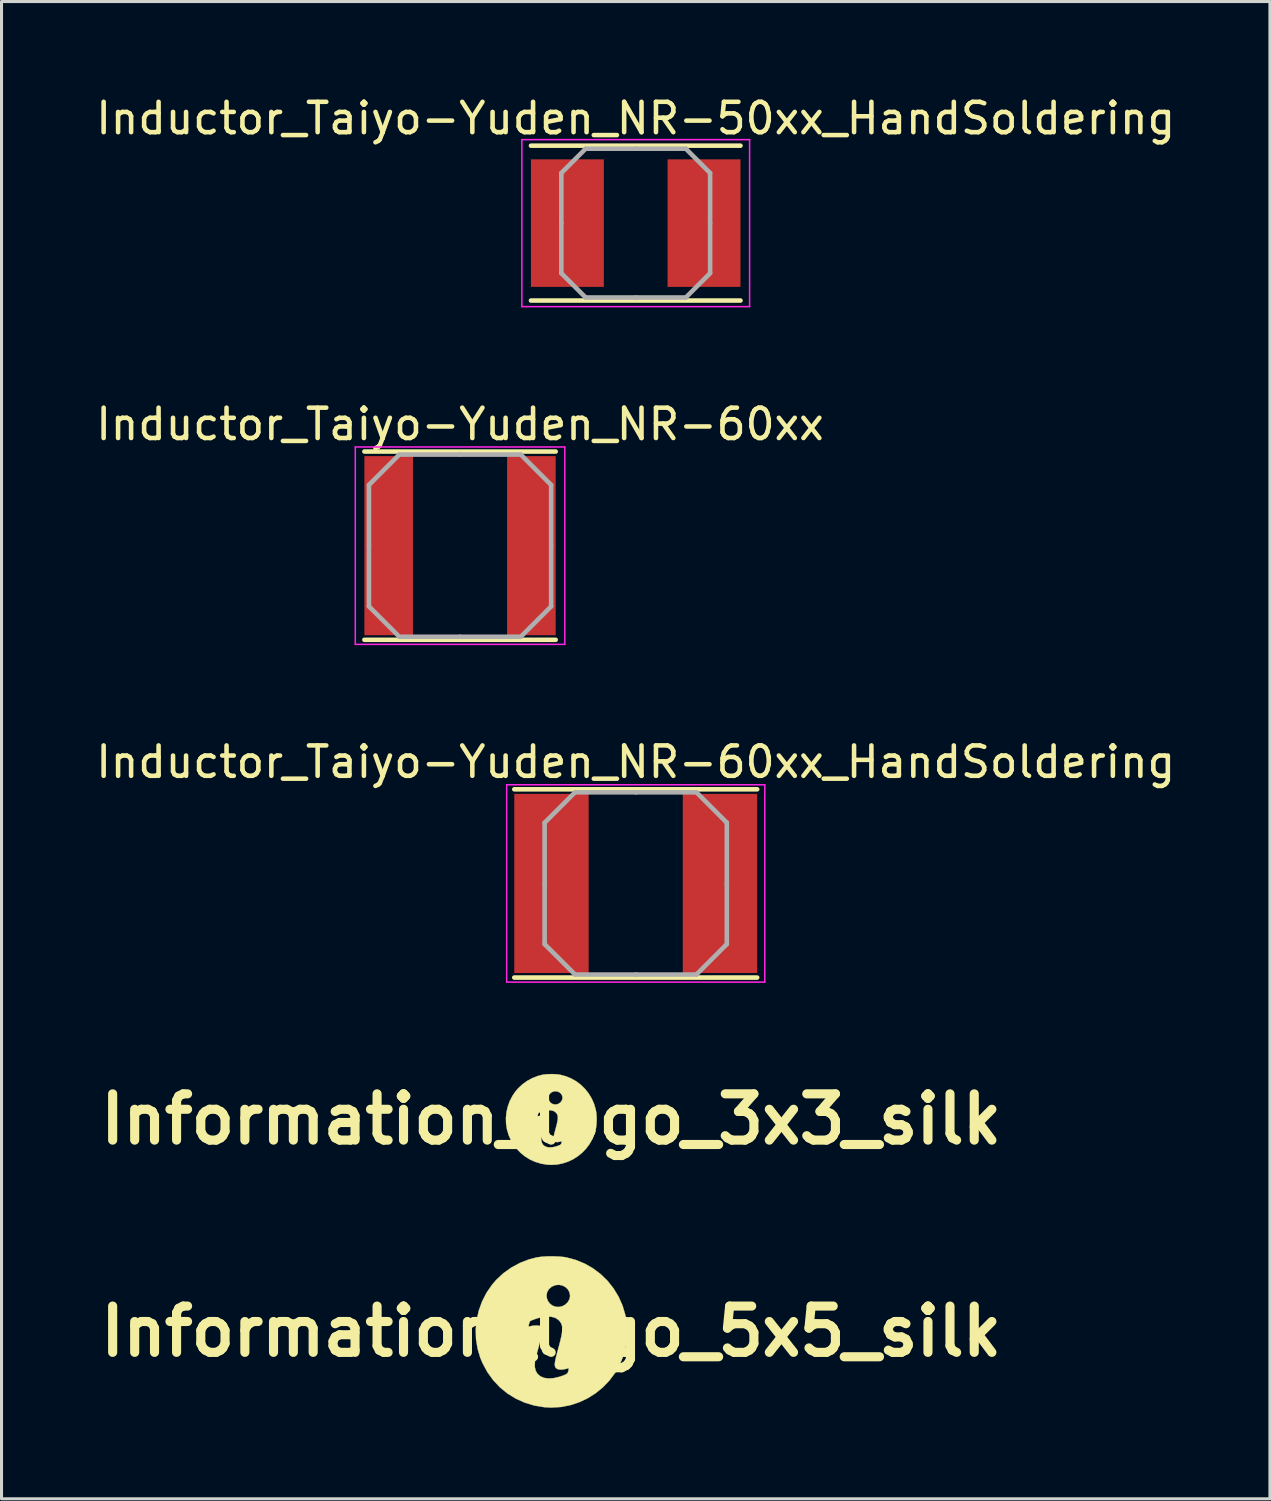
<source format=kicad_pcb>
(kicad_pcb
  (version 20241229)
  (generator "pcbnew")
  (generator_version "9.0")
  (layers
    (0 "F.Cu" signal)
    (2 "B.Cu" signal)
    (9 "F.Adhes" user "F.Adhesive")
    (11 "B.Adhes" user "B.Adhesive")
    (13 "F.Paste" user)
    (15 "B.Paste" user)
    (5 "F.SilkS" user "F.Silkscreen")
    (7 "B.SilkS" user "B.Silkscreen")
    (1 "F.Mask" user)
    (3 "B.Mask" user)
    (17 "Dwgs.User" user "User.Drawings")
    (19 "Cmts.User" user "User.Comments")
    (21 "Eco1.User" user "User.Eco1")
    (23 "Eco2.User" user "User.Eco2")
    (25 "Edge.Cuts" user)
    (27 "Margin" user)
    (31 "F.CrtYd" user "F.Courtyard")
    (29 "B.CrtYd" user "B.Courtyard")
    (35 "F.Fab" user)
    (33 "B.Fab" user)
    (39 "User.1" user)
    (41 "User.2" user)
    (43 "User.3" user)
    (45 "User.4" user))
  (footprint "Inductor_Taiyo-Yuden_NR-60xx_HandSoldering"
    (layer "F.Cu")
    (at 17.887 26.045)
    (property "Reference" "Inductor_Taiyo-Yuden_NR-60xx_HandSoldering" (at 0 -4 0) (layer "F.SilkS") (effects (font (size 1 1) (thickness 0.15))))
    (attr smd)
    (fp_line (start -4 -3.1) (end 4 -3.1) (stroke (width 0.15) (type solid)) (layer "F.SilkS"))
    (fp_line (start -4 3.1) (end 4 3.1) (stroke (width 0.15) (type solid)) (layer "F.SilkS"))
    (fp_line (start -4.25 -3.25) (end -4.25 3.25) (stroke (width 0.05) (type solid)) (layer "F.CrtYd"))
    (fp_line (start -4.25 3.25) (end 4.25 3.25) (stroke (width 0.05) (type solid)) (layer "F.CrtYd"))
    (fp_line (start 4.25 -3.25) (end -4.25 -3.25) (stroke (width 0.05) (type solid)) (layer "F.CrtYd"))
    (fp_line (start 4.25 3.25) (end 4.25 -3.25) (stroke (width 0.05) (type solid)) (layer "F.CrtYd"))
    (fp_line (start -3 -2) (end -2 -3) (stroke (width 0.15) (type solid)) (layer "F.Fab"))
    (fp_line (start -3 0) (end -3 -2) (stroke (width 0.15) (type solid)) (layer "F.Fab"))
    (fp_line (start -3 0) (end -3 2) (stroke (width 0.15) (type solid)) (layer "F.Fab"))
    (fp_line (start -3 2) (end -2 3) (stroke (width 0.15) (type solid)) (layer "F.Fab"))
    (fp_line (start -2 -3) (end 0 -3) (stroke (width 0.15) (type solid)) (layer "F.Fab"))
    (fp_line (start -2 3) (end 0 3) (stroke (width 0.15) (type solid)) (layer "F.Fab"))
    (fp_line (start 2 -3) (end 0 -3) (stroke (width 0.15) (type solid)) (layer "F.Fab"))
    (fp_line (start 2 3) (end 0 3) (stroke (width 0.15) (type solid)) (layer "F.Fab"))
    (fp_line (start 3 -2) (end 2 -3) (stroke (width 0.15) (type solid)) (layer "F.Fab"))
    (fp_line (start 3 0) (end 3 -2) (stroke (width 0.15) (type solid)) (layer "F.Fab"))
    (fp_line (start 3 0) (end 3 2) (stroke (width 0.15) (type solid)) (layer "F.Fab"))
    (fp_line (start 3 2) (end 2 3) (stroke (width 0.15) (type solid)) (layer "F.Fab"))
    (pad "1" smd rect (at -2.775 0) (size 2.45 5.9) (layers "F.Cu" "F.Mask" "F.Paste"))
    (pad "2" smd rect (at 2.775 0) (size 2.45 5.9) (layers "F.Cu" "F.Mask" "F.Paste")))
  (footprint "Inductor_Taiyo-Yuden_NR-50xx_HandSoldering"
    (layer "F.Cu")
    (at 17.887 4.298)
    (property "Reference" "Inductor_Taiyo-Yuden_NR-50xx_HandSoldering" (at 0 -3.45 0) (layer "F.SilkS") (effects (font (size 1 1) (thickness 0.15))))
    (attr smd)
    (fp_line (start -3.45 -2.55) (end 3.45 -2.55) (stroke (width 0.15) (type solid)) (layer "F.SilkS"))
    (fp_line (start -3.45 2.55) (end 3.45 2.55) (stroke (width 0.15) (type solid)) (layer "F.SilkS"))
    (fp_line (start -3.75 -2.75) (end -3.75 2.75) (stroke (width 0.05) (type solid)) (layer "F.CrtYd"))
    (fp_line (start -3.75 2.75) (end 3.75 2.75) (stroke (width 0.05) (type solid)) (layer "F.CrtYd"))
    (fp_line (start 3.75 -2.75) (end -3.75 -2.75) (stroke (width 0.05) (type solid)) (layer "F.CrtYd"))
    (fp_line (start 3.75 2.75) (end 3.75 -2.75) (stroke (width 0.05) (type solid)) (layer "F.CrtYd"))
    (fp_line (start -2.45 -1.65) (end -1.65 -2.45) (stroke (width 0.15) (type solid)) (layer "F.Fab"))
    (fp_line (start -2.45 0) (end -2.45 -1.65) (stroke (width 0.15) (type solid)) (layer "F.Fab"))
    (fp_line (start -2.45 0) (end -2.45 1.65) (stroke (width 0.15) (type solid)) (layer "F.Fab"))
    (fp_line (start -2.45 1.65) (end -1.65 2.45) (stroke (width 0.15) (type solid)) (layer "F.Fab"))
    (fp_line (start -1.65 -2.45) (end 0 -2.45) (stroke (width 0.15) (type solid)) (layer "F.Fab"))
    (fp_line (start -1.65 2.45) (end 0 2.45) (stroke (width 0.15) (type solid)) (layer "F.Fab"))
    (fp_line (start 1.65 -2.45) (end 0 -2.45) (stroke (width 0.15) (type solid)) (layer "F.Fab"))
    (fp_line (start 1.65 2.45) (end 0 2.45) (stroke (width 0.15) (type solid)) (layer "F.Fab"))
    (fp_line (start 2.45 -1.65) (end 1.65 -2.45) (stroke (width 0.15) (type solid)) (layer "F.Fab"))
    (fp_line (start 2.45 0) (end 2.45 -1.65) (stroke (width 0.15) (type solid)) (layer "F.Fab"))
    (fp_line (start 2.45 0) (end 2.45 1.65) (stroke (width 0.15) (type solid)) (layer "F.Fab"))
    (fp_line (start 2.45 1.65) (end 1.65 2.45) (stroke (width 0.15) (type solid)) (layer "F.Fab"))
    (pad "1" smd rect (at -2.25 0) (size 2.4 4.2) (layers "F.Cu" "F.Mask" "F.Paste"))
    (pad "2" smd rect (at 2.25 0) (size 2.4 4.2) (layers "F.Cu" "F.Mask" "F.Paste")))
  (footprint "Inductor_Taiyo-Yuden_NR-60xx"
    (layer "F.Cu")
    (at 12.101 14.921)
    (property "Reference" "Inductor_Taiyo-Yuden_NR-60xx" (at 0 -4 0) (layer "F.SilkS") (effects (font (size 1 1) (thickness 0.15))))
    (attr smd)
    (fp_line (start -3.15 -3.1) (end 3.15 -3.1) (stroke (width 0.15) (type solid)) (layer "F.SilkS"))
    (fp_line (start -3.15 3.1) (end 3.15 3.1) (stroke (width 0.15) (type solid)) (layer "F.SilkS"))
    (fp_line (start -3.45 -3.25) (end -3.45 3.25) (stroke (width 0.05) (type solid)) (layer "F.CrtYd"))
    (fp_line (start -3.45 3.25) (end 3.45 3.25) (stroke (width 0.05) (type solid)) (layer "F.CrtYd"))
    (fp_line (start 3.45 -3.25) (end -3.45 -3.25) (stroke (width 0.05) (type solid)) (layer "F.CrtYd"))
    (fp_line (start 3.45 3.25) (end 3.45 -3.25) (stroke (width 0.05) (type solid)) (layer "F.CrtYd"))
    (fp_line (start -3 -2) (end -2 -3) (stroke (width 0.15) (type solid)) (layer "F.Fab"))
    (fp_line (start -3 0) (end -3 -2) (stroke (width 0.15) (type solid)) (layer "F.Fab"))
    (fp_line (start -3 0) (end -3 2) (stroke (width 0.15) (type solid)) (layer "F.Fab"))
    (fp_line (start -3 2) (end -2 3) (stroke (width 0.15) (type solid)) (layer "F.Fab"))
    (fp_line (start -2 -3) (end 0 -3) (stroke (width 0.15) (type solid)) (layer "F.Fab"))
    (fp_line (start -2 3) (end 0 3) (stroke (width 0.15) (type solid)) (layer "F.Fab"))
    (fp_line (start 2 -3) (end 0 -3) (stroke (width 0.15) (type solid)) (layer "F.Fab"))
    (fp_line (start 2 3) (end 0 3) (stroke (width 0.15) (type solid)) (layer "F.Fab"))
    (fp_line (start 3 -2) (end 2 -3) (stroke (width 0.15) (type solid)) (layer "F.Fab"))
    (fp_line (start 3 0) (end 3 -2) (stroke (width 0.15) (type solid)) (layer "F.Fab"))
    (fp_line (start 3 0) (end 3 2) (stroke (width 0.15) (type solid)) (layer "F.Fab"))
    (fp_line (start 3 2) (end 2 3) (stroke (width 0.15) (type solid)) (layer "F.Fab"))
    (pad "1" smd rect (at -2.35 0) (size 1.6 5.9) (layers "F.Cu" "F.Mask" "F.Paste"))
    (pad "2" smd rect (at 2.35 0) (size 1.6 5.9) (layers "F.Cu" "F.Mask" "F.Paste")))
  (footprint "Information_logo_3x3_silk"
    (layer "F.Cu")
    (at 15.102 33.809)
    (property "Reference" "Information_logo_3x3_silk" (at 0 0 0) (layer "F.SilkS") (effects (font (size 1.524 1.524) (thickness 0.3))))
    (attr through_hole)
    (fp_poly (pts (xy 0.149 -1.48) (xy 0.25 -1.471) (xy 0.292 -1.464) (xy 0.481 -1.414) (xy 0.66 -1.341) (xy 0.826 -1.247) (xy 0.978 -1.132) (xy 1.114 -0.999) (xy 1.233 -0.85) (xy 1.332 -0.687) (xy 1.411 -0.51) (xy 1.466 -0.323) (xy 1.485 -0.227) (xy 1.494 -0.146) (xy 1.498 -0.048) (xy 1.498 0.058) (xy 1.493 0.161) (xy 1.484 0.252) (xy 1.477 0.292) (xy 1.428 0.479) (xy 1.356 0.656) (xy 1.263 0.82) (xy 1.151 0.969) (xy 1.022 1.104) (xy 0.878 1.221) (xy 0.721 1.321) (xy 0.553 1.4) (xy 0.376 1.458) (xy 0.191 1.494) (xy 0.001 1.505) (xy -0.134 1.498) (xy -0.334 1.464) (xy -0.523 1.407) (xy -0.701 1.327) (xy -0.865 1.225) (xy -1.014 1.103) (xy -1.147 0.962) (xy -1.261 0.803) (xy -1.356 0.626) (xy -1.4 0.523) (xy -1.455 0.339) (xy -1.485 0.15) (xy -1.49 -0.04) (xy -1.483 -0.11) (xy -0.447 -0.11) (xy -0.445 -0.097) (xy -0.432 -0.098) (xy -0.424 -0.1) (xy -0.375 -0.111) (xy -0.32 -0.116) (xy -0.267 -0.116) (xy -0.225 -0.11) (xy -0.207 -0.102) (xy -0.189 -0.079) (xy -0.181 -0.041) (xy -0.182 0.014) (xy -0.193 0.087) (xy -0.214 0.181) (xy -0.246 0.298) (xy -0.246 0.301) (xy -0.268 0.381) (xy -0.288 0.458) (xy -0.305 0.526) (xy -0.317 0.579) (xy -0.321 0.604) (xy -0.324 0.698) (xy -0.306 0.777) (xy -0.268 0.841) (xy -0.212 0.888) (xy -0.139 0.918) (xy -0.05 0.93) (xy 0.052 0.923) (xy 0.166 0.896) (xy 0.185 0.89) (xy 0.248 0.868) (xy 0.291 0.849) (xy 0.317 0.83) (xy 0.332 0.808) (xy 0.34 0.779) (xy 0.341 0.774) (xy 0.35 0.725) (xy 0.274 0.745) (xy 0.2 0.756) (xy 0.141 0.751) (xy 0.099 0.728) (xy 0.083 0.708) (xy 0.075 0.687) (xy 0.072 0.66) (xy 0.073 0.624) (xy 0.081 0.576) (xy 0.095 0.512) (xy 0.116 0.43) (xy 0.143 0.326) (xy 0.149 0.307) (xy 0.181 0.186) (xy 0.203 0.087) (xy 0.216 0.006) (xy 0.22 -0.06) (xy 0.214 -0.113) (xy 0.198 -0.157) (xy 0.173 -0.196) (xy 0.144 -0.228) (xy 0.082 -0.268) (xy 0.003 -0.29) (xy -0.09 -0.295) (xy -0.194 -0.281) (xy -0.289 -0.254) (xy -0.341 -0.236) (xy -0.384 -0.219) (xy -0.41 -0.208) (xy -0.416 -0.204) (xy -0.425 -0.185) (xy -0.436 -0.152) (xy -0.439 -0.142) (xy -0.447 -0.11) (xy -1.483 -0.11) (xy -1.472 -0.229) (xy -1.429 -0.415) (xy -1.364 -0.595) (xy -1.299 -0.72) (xy -0.091 -0.72) (xy -0.086 -0.66) (xy -0.065 -0.603) (xy -0.029 -0.554) (xy 0.019 -0.514) (xy 0.078 -0.49) (xy 0.146 -0.483) (xy 0.215 -0.496) (xy 0.279 -0.53) (xy 0.33 -0.58) (xy 0.363 -0.64) (xy 0.374 -0.702) (xy 0.362 -0.772) (xy 0.33 -0.831) (xy 0.281 -0.877) (xy 0.22 -0.908) (xy 0.152 -0.921) (xy 0.082 -0.914) (xy 0.013 -0.885) (xy 0.012 -0.884) (xy -0.044 -0.836) (xy -0.078 -0.78) (xy -0.091 -0.72) (xy -1.299 -0.72) (xy -1.276 -0.766) (xy -1.167 -0.925) (xy -1.085 -1.019) (xy -0.945 -1.15) (xy -0.787 -1.262) (xy -0.616 -1.354) (xy -0.436 -1.424) (xy -0.279 -1.464) (xy -0.187 -1.476) (xy -0.079 -1.483) (xy 0.036 -1.485) (xy 0.149 -1.48)) (stroke (width 0.01) (type solid)) (fill yes) (layer "F.SilkS")))
  (footprint "Information_logo_5x5_silk"
    (layer "F.Cu")
    (at 15.102 40.799)
    (property "Reference" "Information_logo_5x5_silk" (at 0 0 0) (layer "F.SilkS") (effects (font (size 1.524 1.524) (thickness 0.3))))
    (attr through_hole)
    (fp_poly (pts (xy 0.248 -2.467) (xy 0.416 -2.451) (xy 0.487 -2.44) (xy 0.802 -2.357) (xy 1.1 -2.235) (xy 1.377 -2.078) (xy 1.63 -1.887) (xy 1.857 -1.666) (xy 2.054 -1.417) (xy 2.22 -1.145) (xy 2.351 -0.85) (xy 2.444 -0.538) (xy 2.475 -0.379) (xy 2.49 -0.243) (xy 2.497 -0.08) (xy 2.496 0.096) (xy 2.488 0.268) (xy 2.473 0.42) (xy 2.462 0.487) (xy 2.38 0.799) (xy 2.26 1.093) (xy 2.105 1.366) (xy 1.919 1.616) (xy 1.704 1.84) (xy 1.464 2.036) (xy 1.202 2.201) (xy 0.922 2.333) (xy 0.626 2.43) (xy 0.319 2.489) (xy 0.002 2.508) (xy -0.223 2.496) (xy -0.556 2.441) (xy -0.872 2.345) (xy -1.168 2.212) (xy -1.442 2.042) (xy -1.69 1.839) (xy -1.911 1.603) (xy -2.102 1.338) (xy -2.26 1.044) (xy -2.333 0.871) (xy -2.425 0.564) (xy -2.475 0.25) (xy -2.484 -0.067) (xy -2.472 -0.183) (xy -0.745 -0.183) (xy -0.742 -0.162) (xy -0.719 -0.163) (xy -0.706 -0.167) (xy -0.625 -0.185) (xy -0.533 -0.194) (xy -0.445 -0.193) (xy -0.375 -0.183) (xy -0.345 -0.171) (xy -0.316 -0.132) (xy -0.302 -0.068) (xy -0.304 0.023) (xy -0.322 0.146) (xy -0.357 0.302) (xy -0.409 0.497) (xy -0.41 0.501) (xy -0.447 0.635) (xy -0.481 0.763) (xy -0.508 0.877) (xy -0.528 0.965) (xy -0.535 1.006) (xy -0.54 1.163) (xy -0.51 1.295) (xy -0.447 1.401) (xy -0.353 1.48) (xy -0.231 1.53) (xy -0.084 1.55) (xy 0.087 1.538) (xy 0.277 1.493) (xy 0.308 1.483) (xy 0.413 1.446) (xy 0.484 1.415) (xy 0.528 1.384) (xy 0.553 1.347) (xy 0.567 1.298) (xy 0.569 1.29) (xy 0.583 1.209) (xy 0.457 1.241) (xy 0.334 1.26) (xy 0.235 1.251) (xy 0.164 1.214) (xy 0.139 1.18) (xy 0.125 1.145) (xy 0.119 1.1) (xy 0.122 1.04) (xy 0.135 0.96) (xy 0.158 0.854) (xy 0.193 0.717) (xy 0.239 0.544) (xy 0.248 0.512) (xy 0.301 0.31) (xy 0.339 0.145) (xy 0.361 0.01) (xy 0.367 -0.099) (xy 0.357 -0.188) (xy 0.331 -0.262) (xy 0.289 -0.327) (xy 0.24 -0.38) (xy 0.137 -0.447) (xy 0.005 -0.484) (xy -0.15 -0.491) (xy -0.323 -0.468) (xy -0.481 -0.424) (xy -0.569 -0.393) (xy -0.64 -0.366) (xy -0.684 -0.346) (xy -0.693 -0.34) (xy -0.708 -0.309) (xy -0.727 -0.253) (xy -0.732 -0.237) (xy -0.745 -0.183) (xy -2.472 -0.183) (xy -2.453 -0.382) (xy -2.382 -0.692) (xy -2.273 -0.991) (xy -2.166 -1.201) (xy -0.152 -1.201) (xy -0.144 -1.1) (xy -0.108 -1.006) (xy -0.049 -0.923) (xy 0.032 -0.857) (xy 0.13 -0.816) (xy 0.243 -0.805) (xy 0.359 -0.827) (xy 0.465 -0.883) (xy 0.549 -0.966) (xy 0.605 -1.067) (xy 0.624 -1.17) (xy 0.604 -1.286) (xy 0.55 -1.385) (xy 0.468 -1.462) (xy 0.367 -1.514) (xy 0.254 -1.535) (xy 0.137 -1.524) (xy 0.022 -1.475) (xy 0.019 -1.474) (xy -0.074 -1.393) (xy -0.13 -1.301) (xy -0.152 -1.201) (xy -2.166 -1.201) (xy -2.127 -1.276) (xy -1.944 -1.541) (xy -1.808 -1.699) (xy -1.575 -1.916) (xy -1.312 -2.103) (xy -1.027 -2.257) (xy -0.727 -2.373) (xy -0.465 -2.44) (xy -0.312 -2.46) (xy -0.132 -2.472) (xy 0.06 -2.474) (xy 0.248 -2.467)) (stroke (width 0.01) (type solid)) (fill yes) (layer "F.SilkS")))
  (gr_rect
    (start -3 -3)
    (end 38.774 46.312)
    (stroke (width 0.1) (type default))
    (fill no)
    (layer "Edge.Cuts")))
</source>
